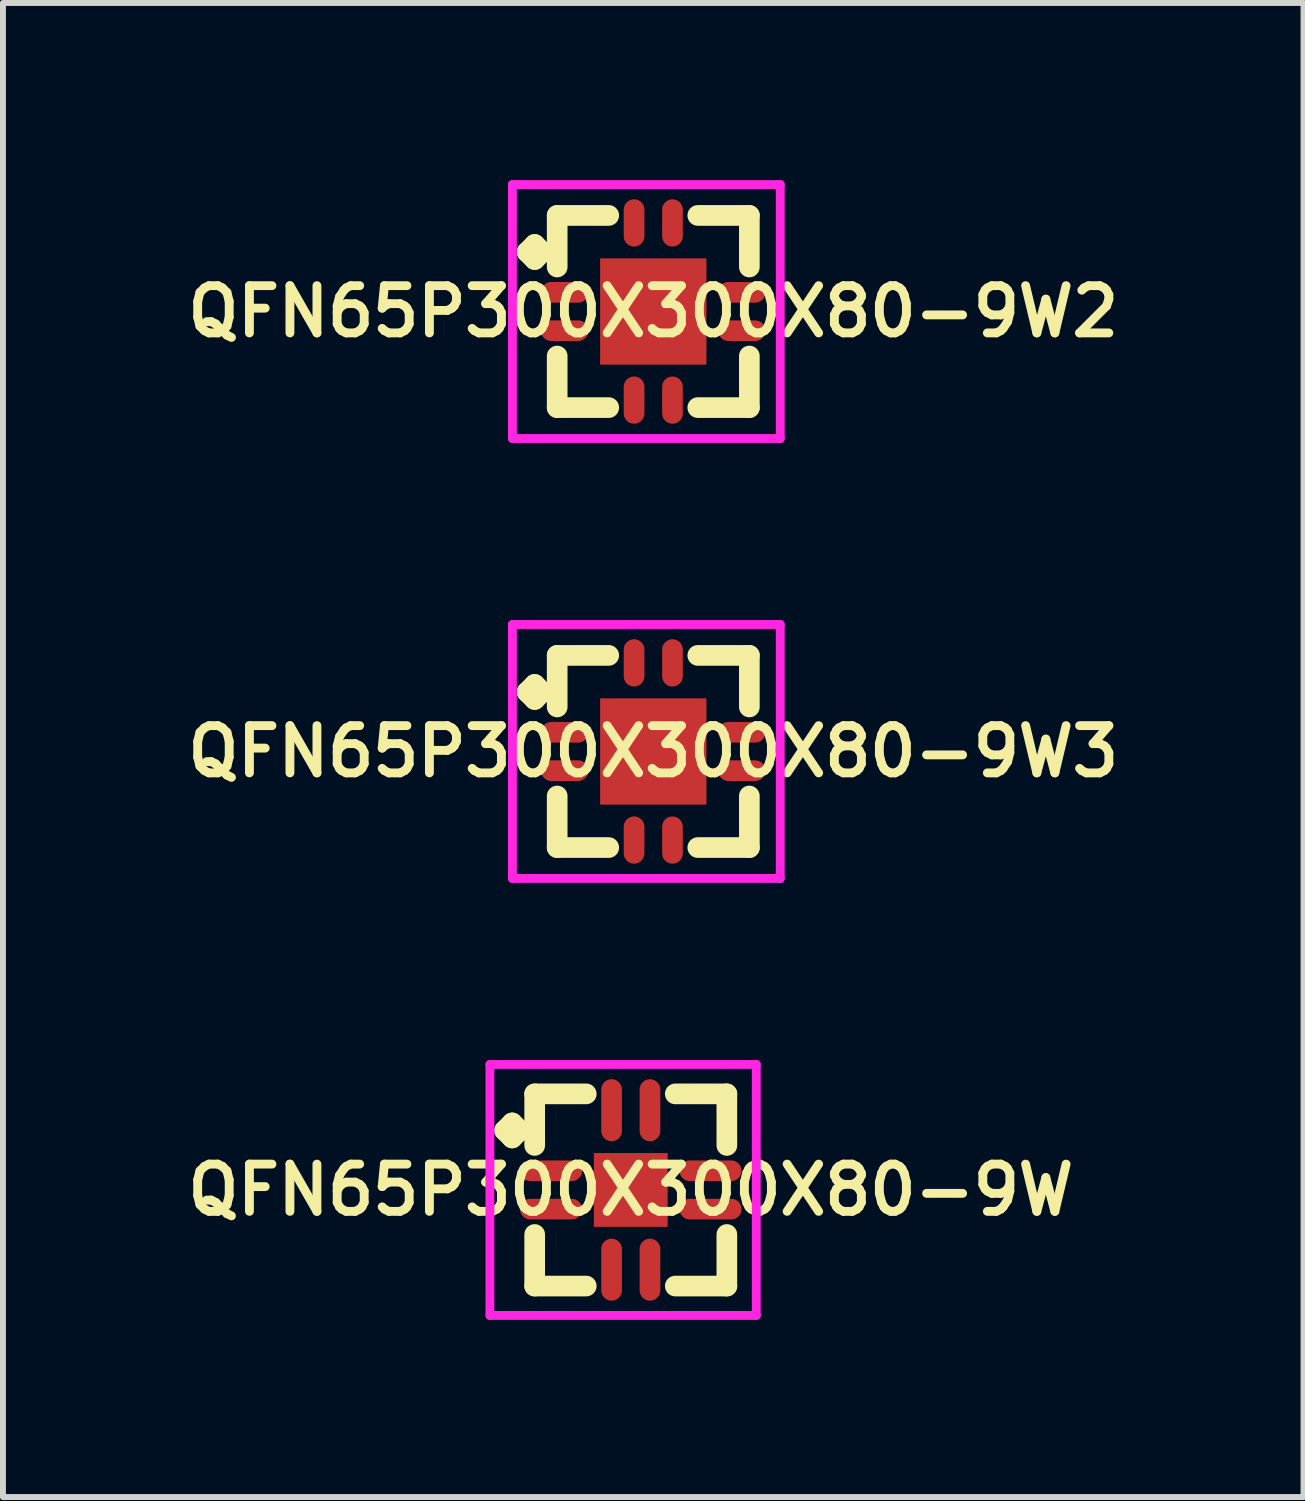
<source format=kicad_pcb>
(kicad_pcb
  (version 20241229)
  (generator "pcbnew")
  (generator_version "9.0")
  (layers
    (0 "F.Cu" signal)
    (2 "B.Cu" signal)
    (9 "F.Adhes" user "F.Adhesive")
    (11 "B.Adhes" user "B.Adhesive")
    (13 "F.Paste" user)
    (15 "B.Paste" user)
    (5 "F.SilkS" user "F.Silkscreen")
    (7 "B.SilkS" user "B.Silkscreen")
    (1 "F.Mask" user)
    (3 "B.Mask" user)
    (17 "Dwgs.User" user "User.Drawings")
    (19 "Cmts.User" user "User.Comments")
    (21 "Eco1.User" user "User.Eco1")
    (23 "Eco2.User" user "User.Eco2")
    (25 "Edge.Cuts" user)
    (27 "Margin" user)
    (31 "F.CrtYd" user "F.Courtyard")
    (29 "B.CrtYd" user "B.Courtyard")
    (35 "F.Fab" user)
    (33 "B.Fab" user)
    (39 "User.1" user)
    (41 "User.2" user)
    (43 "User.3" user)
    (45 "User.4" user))
  (footprint "QFN65P300X300X80-9W"
    (layer "F.Cu")
    (at 7.631 17.1)
    (property "Reference" "QFN65P300X300X80-9W" (at 0 0 0) (layer "F.SilkS") (effects (font (size 0.8 0.8) (thickness 0.15))))
    (attr smd)
    (fp_line (start -2.135 -1.008) (end -2.008 -1.135) (stroke (width 0.35) (type solid)) (layer "F.SilkS"))
    (fp_line (start -2.008 -1.135) (end -1.881 -1.008) (stroke (width 0.35) (type solid)) (layer "F.SilkS"))
    (fp_line (start -2.008 -0.881) (end -2.135 -1.008) (stroke (width 0.35) (type solid)) (layer "F.SilkS"))
    (fp_line (start -1.881 -1.008) (end -2.008 -0.881) (stroke (width 0.35) (type solid)) (layer "F.SilkS"))
    (fp_line (start -1.627 -1.627) (end -0.754 -1.627) (stroke (width 0.35) (type solid)) (layer "F.SilkS"))
    (fp_line (start -1.627 -0.754) (end -1.627 -1.627) (stroke (width 0.35) (type solid)) (layer "F.SilkS"))
    (fp_line (start -1.627 0.754) (end -1.627 1.627) (stroke (width 0.35) (type solid)) (layer "F.SilkS"))
    (fp_line (start -1.627 1.627) (end -0.754 1.627) (stroke (width 0.35) (type solid)) (layer "F.SilkS"))
    (fp_line (start 0.754 -1.627) (end 1.627 -1.627) (stroke (width 0.35) (type solid)) (layer "F.SilkS"))
    (fp_line (start 0.754 1.627) (end 1.627 1.627) (stroke (width 0.35) (type solid)) (layer "F.SilkS"))
    (fp_line (start 1.627 -1.627) (end 1.627 -0.754) (stroke (width 0.35) (type solid)) (layer "F.SilkS"))
    (fp_line (start 1.627 1.627) (end 1.627 0.754) (stroke (width 0.35) (type solid)) (layer "F.SilkS"))
    (fp_line (start -2.385 -2.125) (end 2.125 -2.125) (stroke (width 0.15) (type solid)) (layer "F.CrtYd"))
    (fp_line (start -2.385 2.125) (end -2.385 -2.125) (stroke (width 0.15) (type solid)) (layer "F.CrtYd"))
    (fp_line (start 2.125 -2.125) (end 2.125 2.125) (stroke (width 0.15) (type solid)) (layer "F.CrtYd"))
    (fp_line (start 2.125 2.125) (end -2.385 2.125) (stroke (width 0.15) (type solid)) (layer "F.CrtYd"))
    (pad "1" smd oval (at -1.35 -0.325) (size 1.05 0.35) (layers "F.Cu" "F.Mask" "F.Paste"))
    (pad "2" smd oval (at -1.35 0.325) (size 1.05 0.35) (layers "F.Cu" "F.Mask" "F.Paste"))
    (pad "3" smd oval (at -0.325 1.35) (size 0.35 1.05) (layers "F.Cu" "F.Mask" "F.Paste"))
    (pad "4" smd oval (at 0.325 1.35) (size 0.35 1.05) (layers "F.Cu" "F.Mask" "F.Paste"))
    (pad "5" smd oval (at 1.35 0.325) (size 1.05 0.35) (layers "F.Cu" "F.Mask" "F.Paste"))
    (pad "6" smd oval (at 1.35 -0.325) (size 1.05 0.35) (layers "F.Cu" "F.Mask" "F.Paste"))
    (pad "7" smd oval (at 0.325 -1.35) (size 0.35 1.05) (layers "F.Cu" "F.Mask" "F.Paste"))
    (pad "8" smd oval (at -0.325 -1.35) (size 0.35 1.05) (layers "F.Cu" "F.Mask" "F.Paste"))
    (pad "9" smd rect (at 0 0) (size 1.25 1.25) (layers "F.Cu" "F.Mask" "F.Paste")))
  (footprint "QFN65P300X300X80-9W3"
    (layer "F.Cu")
    (at 8.012 9.675)
    (property "Reference" "QFN65P300X300X80-9W3" (at 0 0 0) (layer "F.SilkS") (effects (font (size 0.8 0.8) (thickness 0.15))))
    (attr smd)
    (fp_line (start -2.135 -1.008) (end -2.008 -1.135) (stroke (width 0.35) (type solid)) (layer "F.SilkS"))
    (fp_line (start -2.008 -1.135) (end -1.881 -1.008) (stroke (width 0.35) (type solid)) (layer "F.SilkS"))
    (fp_line (start -2.008 -0.881) (end -2.135 -1.008) (stroke (width 0.35) (type solid)) (layer "F.SilkS"))
    (fp_line (start -1.881 -1.008) (end -2.008 -0.881) (stroke (width 0.35) (type solid)) (layer "F.SilkS"))
    (fp_line (start -1.627 -1.627) (end -0.754 -1.627) (stroke (width 0.35) (type solid)) (layer "F.SilkS"))
    (fp_line (start -1.627 -0.754) (end -1.627 -1.627) (stroke (width 0.35) (type solid)) (layer "F.SilkS"))
    (fp_line (start -1.627 0.754) (end -1.627 1.627) (stroke (width 0.35) (type solid)) (layer "F.SilkS"))
    (fp_line (start -1.627 1.627) (end -0.754 1.627) (stroke (width 0.35) (type solid)) (layer "F.SilkS"))
    (fp_line (start 0.754 -1.627) (end 1.627 -1.627) (stroke (width 0.35) (type solid)) (layer "F.SilkS"))
    (fp_line (start 0.754 1.627) (end 1.627 1.627) (stroke (width 0.35) (type solid)) (layer "F.SilkS"))
    (fp_line (start 1.627 -1.627) (end 1.627 -0.754) (stroke (width 0.35) (type solid)) (layer "F.SilkS"))
    (fp_line (start 1.627 1.627) (end 1.627 0.754) (stroke (width 0.35) (type solid)) (layer "F.SilkS"))
    (fp_line (start -2.385 -2.15) (end 2.15 -2.15) (stroke (width 0.15) (type solid)) (layer "F.CrtYd"))
    (fp_line (start -2.385 2.15) (end -2.385 -2.15) (stroke (width 0.15) (type solid)) (layer "F.CrtYd"))
    (fp_line (start 2.15 -2.15) (end 2.15 2.15) (stroke (width 0.15) (type solid)) (layer "F.CrtYd"))
    (fp_line (start 2.15 2.15) (end -2.385 2.15) (stroke (width 0.15) (type solid)) (layer "F.CrtYd"))
    (pad "1" smd oval (at -1.5 -0.325) (size 0.8 0.35) (layers "F.Cu" "F.Mask" "F.Paste"))
    (pad "2" smd oval (at -1.5 0.325) (size 0.8 0.35) (layers "F.Cu" "F.Mask" "F.Paste"))
    (pad "3" smd oval (at -0.325 1.5) (size 0.35 0.8) (layers "F.Cu" "F.Mask" "F.Paste"))
    (pad "4" smd oval (at 0.325 1.5) (size 0.35 0.8) (layers "F.Cu" "F.Mask" "F.Paste"))
    (pad "5" smd oval (at 1.5 0.325) (size 0.8 0.35) (layers "F.Cu" "F.Mask" "F.Paste"))
    (pad "6" smd oval (at 1.5 -0.325) (size 0.8 0.35) (layers "F.Cu" "F.Mask" "F.Paste"))
    (pad "7" smd oval (at 0.325 -1.5) (size 0.35 0.8) (layers "F.Cu" "F.Mask" "F.Paste"))
    (pad "8" smd oval (at -0.325 -1.5) (size 0.35 0.8) (layers "F.Cu" "F.Mask" "F.Paste"))
    (pad "9" smd rect (at 0 0) (size 1.8 1.8) (layers "F.Cu" "F.Mask" "F.Paste")))
  (footprint "QFN65P300X300X80-9W2"
    (layer "F.Cu")
    (at 8.012 2.225)
    (property "Reference" "QFN65P300X300X80-9W2" (at 0 0 0) (layer "F.SilkS") (effects (font (size 0.8 0.8) (thickness 0.15))))
    (attr smd)
    (fp_line (start -2.135 -1.008) (end -2.008 -1.135) (stroke (width 0.35) (type solid)) (layer "F.SilkS"))
    (fp_line (start -2.008 -1.135) (end -1.881 -1.008) (stroke (width 0.35) (type solid)) (layer "F.SilkS"))
    (fp_line (start -2.008 -0.881) (end -2.135 -1.008) (stroke (width 0.35) (type solid)) (layer "F.SilkS"))
    (fp_line (start -1.881 -1.008) (end -2.008 -0.881) (stroke (width 0.35) (type solid)) (layer "F.SilkS"))
    (fp_line (start -1.627 -1.627) (end -0.754 -1.627) (stroke (width 0.35) (type solid)) (layer "F.SilkS"))
    (fp_line (start -1.627 -0.754) (end -1.627 -1.627) (stroke (width 0.35) (type solid)) (layer "F.SilkS"))
    (fp_line (start -1.627 0.754) (end -1.627 1.627) (stroke (width 0.35) (type solid)) (layer "F.SilkS"))
    (fp_line (start -1.627 1.627) (end -0.754 1.627) (stroke (width 0.35) (type solid)) (layer "F.SilkS"))
    (fp_line (start 0.754 -1.627) (end 1.627 -1.627) (stroke (width 0.35) (type solid)) (layer "F.SilkS"))
    (fp_line (start 0.754 1.627) (end 1.627 1.627) (stroke (width 0.35) (type solid)) (layer "F.SilkS"))
    (fp_line (start 1.627 -1.627) (end 1.627 -0.754) (stroke (width 0.35) (type solid)) (layer "F.SilkS"))
    (fp_line (start 1.627 1.627) (end 1.627 0.754) (stroke (width 0.35) (type solid)) (layer "F.SilkS"))
    (fp_line (start -2.385 -2.15) (end 2.15 -2.15) (stroke (width 0.15) (type solid)) (layer "F.CrtYd"))
    (fp_line (start -2.385 2.15) (end -2.385 -2.15) (stroke (width 0.15) (type solid)) (layer "F.CrtYd"))
    (fp_line (start 2.15 -2.15) (end 2.15 2.15) (stroke (width 0.15) (type solid)) (layer "F.CrtYd"))
    (fp_line (start 2.15 2.15) (end -2.385 2.15) (stroke (width 0.15) (type solid)) (layer "F.CrtYd"))
    (pad "1" smd oval (at -1.5 -0.325) (size 0.8 0.35) (layers "F.Cu" "F.Mask" "F.Paste"))
    (pad "2" smd oval (at -1.5 0.325) (size 0.8 0.35) (layers "F.Cu" "F.Mask" "F.Paste"))
    (pad "3" smd oval (at -0.325 1.5) (size 0.35 0.8) (layers "F.Cu" "F.Mask" "F.Paste"))
    (pad "4" smd oval (at 0.325 1.5) (size 0.35 0.8) (layers "F.Cu" "F.Mask" "F.Paste"))
    (pad "5" smd oval (at 1.5 0.325) (size 0.8 0.35) (layers "F.Cu" "F.Mask" "F.Paste"))
    (pad "6" smd oval (at 1.5 -0.325) (size 0.8 0.35) (layers "F.Cu" "F.Mask" "F.Paste"))
    (pad "7" smd oval (at 0.325 -1.5) (size 0.35 0.8) (layers "F.Cu" "F.Mask" "F.Paste"))
    (pad "8" smd oval (at -0.325 -1.5) (size 0.35 0.8) (layers "F.Cu" "F.Mask" "F.Paste"))
    (pad "9" smd rect (at 0 0) (size 1.8 1.8) (layers "F.Cu" "F.Mask" "F.Paste")))
  (gr_rect
    (start -3 -3)
    (end 19.023 22.3)
    (stroke (width 0.1) (type default))
    (fill no)
    (layer "Edge.Cuts")))
</source>
